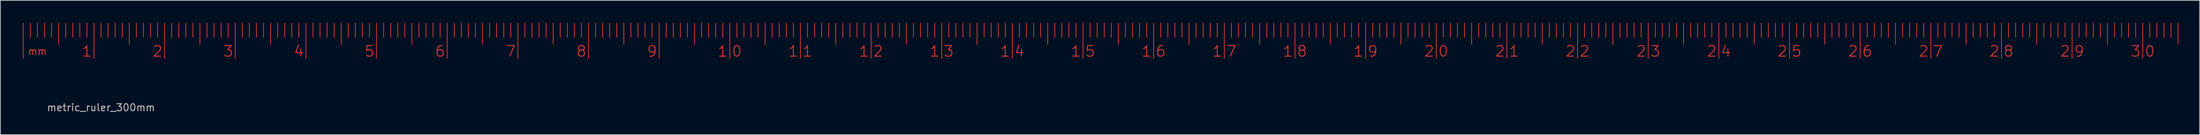
<source format=kicad_pcb>
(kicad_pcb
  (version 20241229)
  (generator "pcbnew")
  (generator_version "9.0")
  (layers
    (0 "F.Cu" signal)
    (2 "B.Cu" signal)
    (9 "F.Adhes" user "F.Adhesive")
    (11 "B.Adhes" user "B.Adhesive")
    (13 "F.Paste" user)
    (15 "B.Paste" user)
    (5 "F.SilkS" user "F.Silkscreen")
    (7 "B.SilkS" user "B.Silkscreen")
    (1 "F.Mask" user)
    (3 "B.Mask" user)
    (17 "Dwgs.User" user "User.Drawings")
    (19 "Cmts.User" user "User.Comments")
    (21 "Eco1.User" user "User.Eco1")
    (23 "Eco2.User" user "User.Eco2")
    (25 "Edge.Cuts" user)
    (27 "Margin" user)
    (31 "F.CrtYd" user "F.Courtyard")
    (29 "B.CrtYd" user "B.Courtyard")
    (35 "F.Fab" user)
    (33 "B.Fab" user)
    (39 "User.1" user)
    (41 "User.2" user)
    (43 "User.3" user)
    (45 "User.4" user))
  (footprint "metric_ruler_300mm"
    (layer "F.Cu")
    (at 0.25 0.25)
    (property "Reference" "metric_ruler_300mm" (at 11 12 0) (layer "F.Fab") (effects (font (size 1 1) (thickness 0.15))))
    (attr through_hole)
    (fp_line (start 0 0) (end 0 5) (stroke (width 0.12) (type solid)) (layer "F.Cu"))
    (fp_line (start 1 0) (end 1 2) (stroke (width 0.12) (type solid)) (layer "F.Cu"))
    (fp_line (start 2 0) (end 2 2) (stroke (width 0.12) (type solid)) (layer "F.Cu"))
    (fp_line (start 3 0) (end 3 2) (stroke (width 0.12) (type solid)) (layer "F.Cu"))
    (fp_line (start 4 0) (end 4 2) (stroke (width 0.12) (type solid)) (layer "F.Cu"))
    (fp_line (start 5 0) (end 5 3) (stroke (width 0.12) (type solid)) (layer "F.Cu"))
    (fp_line (start 6 0) (end 6 2) (stroke (width 0.12) (type solid)) (layer "F.Cu"))
    (fp_line (start 7 0) (end 7 2) (stroke (width 0.12) (type solid)) (layer "F.Cu"))
    (fp_line (start 8 0) (end 8 2) (stroke (width 0.12) (type solid)) (layer "F.Cu"))
    (fp_line (start 9 0) (end 9 2) (stroke (width 0.12) (type solid)) (layer "F.Cu"))
    (fp_line (start 10 0) (end 10 5) (stroke (width 0.12) (type solid)) (layer "F.Cu"))
    (fp_line (start 11 0) (end 11 2) (stroke (width 0.12) (type solid)) (layer "F.Cu"))
    (fp_line (start 12 0) (end 12 2) (stroke (width 0.12) (type solid)) (layer "F.Cu"))
    (fp_line (start 13 0) (end 13 2) (stroke (width 0.12) (type solid)) (layer "F.Cu"))
    (fp_line (start 14 0) (end 14 2) (stroke (width 0.12) (type solid)) (layer "F.Cu"))
    (fp_line (start 15 0) (end 15 3) (stroke (width 0.12) (type solid)) (layer "F.Cu"))
    (fp_line (start 16 0) (end 16 2) (stroke (width 0.12) (type solid)) (layer "F.Cu"))
    (fp_line (start 17 0) (end 17 2) (stroke (width 0.12) (type solid)) (layer "F.Cu"))
    (fp_line (start 18 0) (end 18 2) (stroke (width 0.12) (type solid)) (layer "F.Cu"))
    (fp_line (start 19 0) (end 19 2) (stroke (width 0.12) (type solid)) (layer "F.Cu"))
    (fp_line (start 20 0) (end 20 5) (stroke (width 0.12) (type solid)) (layer "F.Cu"))
    (fp_line (start 21 0) (end 21 2) (stroke (width 0.12) (type solid)) (layer "F.Cu"))
    (fp_line (start 22 0) (end 22 2) (stroke (width 0.12) (type solid)) (layer "F.Cu"))
    (fp_line (start 23 0) (end 23 2) (stroke (width 0.12) (type solid)) (layer "F.Cu"))
    (fp_line (start 24 0) (end 24 2) (stroke (width 0.12) (type solid)) (layer "F.Cu"))
    (fp_line (start 25 0) (end 25 3) (stroke (width 0.12) (type solid)) (layer "F.Cu"))
    (fp_line (start 26 0) (end 26 2) (stroke (width 0.12) (type solid)) (layer "F.Cu"))
    (fp_line (start 27 0) (end 27 2) (stroke (width 0.12) (type solid)) (layer "F.Cu"))
    (fp_line (start 28 0) (end 28 2) (stroke (width 0.12) (type solid)) (layer "F.Cu"))
    (fp_line (start 29 0) (end 29 2) (stroke (width 0.12) (type solid)) (layer "F.Cu"))
    (fp_line (start 30 0) (end 30 5) (stroke (width 0.12) (type solid)) (layer "F.Cu"))
    (fp_line (start 31 0) (end 31 2) (stroke (width 0.12) (type solid)) (layer "F.Cu"))
    (fp_line (start 32 0) (end 32 2) (stroke (width 0.12) (type solid)) (layer "F.Cu"))
    (fp_line (start 33 0) (end 33 2) (stroke (width 0.12) (type solid)) (layer "F.Cu"))
    (fp_line (start 34 0) (end 34 2) (stroke (width 0.12) (type solid)) (layer "F.Cu"))
    (fp_line (start 35 0) (end 35 3) (stroke (width 0.12) (type solid)) (layer "F.Cu"))
    (fp_line (start 36 0) (end 36 2) (stroke (width 0.12) (type solid)) (layer "F.Cu"))
    (fp_line (start 37 0) (end 37 2) (stroke (width 0.12) (type solid)) (layer "F.Cu"))
    (fp_line (start 38 0) (end 38 2) (stroke (width 0.12) (type solid)) (layer "F.Cu"))
    (fp_line (start 39 0) (end 39 2) (stroke (width 0.12) (type solid)) (layer "F.Cu"))
    (fp_line (start 40 0) (end 40 5) (stroke (width 0.12) (type solid)) (layer "F.Cu"))
    (fp_line (start 41 0) (end 41 2) (stroke (width 0.12) (type solid)) (layer "F.Cu"))
    (fp_line (start 42 0) (end 42 2) (stroke (width 0.12) (type solid)) (layer "F.Cu"))
    (fp_line (start 43 0) (end 43 2) (stroke (width 0.12) (type solid)) (layer "F.Cu"))
    (fp_line (start 44 0) (end 44 2) (stroke (width 0.12) (type solid)) (layer "F.Cu"))
    (fp_line (start 45 0) (end 45 3) (stroke (width 0.12) (type solid)) (layer "F.Cu"))
    (fp_line (start 46 0) (end 46 2) (stroke (width 0.12) (type solid)) (layer "F.Cu"))
    (fp_line (start 47 0) (end 47 2) (stroke (width 0.12) (type solid)) (layer "F.Cu"))
    (fp_line (start 48 0) (end 48 2) (stroke (width 0.12) (type solid)) (layer "F.Cu"))
    (fp_line (start 49 0) (end 49 2) (stroke (width 0.12) (type solid)) (layer "F.Cu"))
    (fp_line (start 50 0) (end 50 5) (stroke (width 0.12) (type solid)) (layer "F.Cu"))
    (fp_line (start 51 0) (end 51 2) (stroke (width 0.12) (type solid)) (layer "F.Cu"))
    (fp_line (start 52 0) (end 52 2) (stroke (width 0.12) (type solid)) (layer "F.Cu"))
    (fp_line (start 53 0) (end 53 2) (stroke (width 0.12) (type solid)) (layer "F.Cu"))
    (fp_line (start 54 0) (end 54 2) (stroke (width 0.12) (type solid)) (layer "F.Cu"))
    (fp_line (start 55 0) (end 55 3) (stroke (width 0.12) (type solid)) (layer "F.Cu"))
    (fp_line (start 56 0) (end 56 2) (stroke (width 0.12) (type solid)) (layer "F.Cu"))
    (fp_line (start 57 0) (end 57 2) (stroke (width 0.12) (type solid)) (layer "F.Cu"))
    (fp_line (start 58 0) (end 58 2) (stroke (width 0.12) (type solid)) (layer "F.Cu"))
    (fp_line (start 59 0) (end 59 2) (stroke (width 0.12) (type solid)) (layer "F.Cu"))
    (fp_line (start 60 0) (end 60 5) (stroke (width 0.12) (type solid)) (layer "F.Cu"))
    (fp_line (start 61 0) (end 61 2) (stroke (width 0.12) (type solid)) (layer "F.Cu"))
    (fp_line (start 62 0) (end 62 2) (stroke (width 0.12) (type solid)) (layer "F.Cu"))
    (fp_line (start 63 0) (end 63 2) (stroke (width 0.12) (type solid)) (layer "F.Cu"))
    (fp_line (start 64 0) (end 64 2) (stroke (width 0.12) (type solid)) (layer "F.Cu"))
    (fp_line (start 65 0) (end 65 3) (stroke (width 0.12) (type solid)) (layer "F.Cu"))
    (fp_line (start 66 0) (end 66 2) (stroke (width 0.12) (type solid)) (layer "F.Cu"))
    (fp_line (start 67 0) (end 67 2) (stroke (width 0.12) (type solid)) (layer "F.Cu"))
    (fp_line (start 68 0) (end 68 2) (stroke (width 0.12) (type solid)) (layer "F.Cu"))
    (fp_line (start 69 0) (end 69 2) (stroke (width 0.12) (type solid)) (layer "F.Cu"))
    (fp_line (start 70 0) (end 70 5) (stroke (width 0.12) (type solid)) (layer "F.Cu"))
    (fp_line (start 71 0) (end 71 2) (stroke (width 0.12) (type solid)) (layer "F.Cu"))
    (fp_line (start 72 0) (end 72 2) (stroke (width 0.12) (type solid)) (layer "F.Cu"))
    (fp_line (start 73 0) (end 73 2) (stroke (width 0.12) (type solid)) (layer "F.Cu"))
    (fp_line (start 74 0) (end 74 2) (stroke (width 0.12) (type solid)) (layer "F.Cu"))
    (fp_line (start 75 0) (end 75 3) (stroke (width 0.12) (type solid)) (layer "F.Cu"))
    (fp_line (start 76 0) (end 76 2) (stroke (width 0.12) (type solid)) (layer "F.Cu"))
    (fp_line (start 77 0) (end 77 2) (stroke (width 0.12) (type solid)) (layer "F.Cu"))
    (fp_line (start 78 0) (end 78 2) (stroke (width 0.12) (type solid)) (layer "F.Cu"))
    (fp_line (start 79 0) (end 79 2) (stroke (width 0.12) (type solid)) (layer "F.Cu"))
    (fp_line (start 80 0) (end 80 5) (stroke (width 0.12) (type solid)) (layer "F.Cu"))
    (fp_line (start 81 0) (end 81 2) (stroke (width 0.12) (type solid)) (layer "F.Cu"))
    (fp_line (start 82 0) (end 82 2) (stroke (width 0.12) (type solid)) (layer "F.Cu"))
    (fp_line (start 83 0) (end 83 2) (stroke (width 0.12) (type solid)) (layer "F.Cu"))
    (fp_line (start 84 0) (end 84 2) (stroke (width 0.12) (type solid)) (layer "F.Cu"))
    (fp_line (start 85 0) (end 85 3) (stroke (width 0.12) (type solid)) (layer "F.Cu"))
    (fp_line (start 86 0) (end 86 2) (stroke (width 0.12) (type solid)) (layer "F.Cu"))
    (fp_line (start 87 0) (end 87 2) (stroke (width 0.12) (type solid)) (layer "F.Cu"))
    (fp_line (start 88 0) (end 88 2) (stroke (width 0.12) (type solid)) (layer "F.Cu"))
    (fp_line (start 89 0) (end 89 2) (stroke (width 0.12) (type solid)) (layer "F.Cu"))
    (fp_line (start 90 0) (end 90 5) (stroke (width 0.12) (type solid)) (layer "F.Cu"))
    (fp_line (start 91 0) (end 91 2) (stroke (width 0.12) (type solid)) (layer "F.Cu"))
    (fp_line (start 92 0) (end 92 2) (stroke (width 0.12) (type solid)) (layer "F.Cu"))
    (fp_line (start 93 0) (end 93 2) (stroke (width 0.12) (type solid)) (layer "F.Cu"))
    (fp_line (start 94 0) (end 94 2) (stroke (width 0.12) (type solid)) (layer "F.Cu"))
    (fp_line (start 95 0) (end 95 3) (stroke (width 0.12) (type solid)) (layer "F.Cu"))
    (fp_line (start 96 0) (end 96 2) (stroke (width 0.12) (type solid)) (layer "F.Cu"))
    (fp_line (start 97 0) (end 97 2) (stroke (width 0.12) (type solid)) (layer "F.Cu"))
    (fp_line (start 98 0) (end 98 2) (stroke (width 0.12) (type solid)) (layer "F.Cu"))
    (fp_line (start 99 0) (end 99 2) (stroke (width 0.12) (type solid)) (layer "F.Cu"))
    (fp_line (start 100 0) (end 100 5) (stroke (width 0.12) (type solid)) (layer "F.Cu"))
    (fp_line (start 101 0) (end 101 2) (stroke (width 0.12) (type solid)) (layer "F.Cu"))
    (fp_line (start 102 0) (end 102 2) (stroke (width 0.12) (type solid)) (layer "F.Cu"))
    (fp_line (start 103 0) (end 103 2) (stroke (width 0.12) (type solid)) (layer "F.Cu"))
    (fp_line (start 104 0) (end 104 2) (stroke (width 0.12) (type solid)) (layer "F.Cu"))
    (fp_line (start 105 0) (end 105 3) (stroke (width 0.12) (type solid)) (layer "F.Cu"))
    (fp_line (start 106 0) (end 106 2) (stroke (width 0.12) (type solid)) (layer "F.Cu"))
    (fp_line (start 107 0) (end 107 2) (stroke (width 0.12) (type solid)) (layer "F.Cu"))
    (fp_line (start 108 0) (end 108 2) (stroke (width 0.12) (type solid)) (layer "F.Cu"))
    (fp_line (start 109 0) (end 109 2) (stroke (width 0.12) (type solid)) (layer "F.Cu"))
    (fp_line (start 110 0) (end 110 5) (stroke (width 0.12) (type solid)) (layer "F.Cu"))
    (fp_line (start 111 0) (end 111 2) (stroke (width 0.12) (type solid)) (layer "F.Cu"))
    (fp_line (start 112 0) (end 112 2) (stroke (width 0.12) (type solid)) (layer "F.Cu"))
    (fp_line (start 113 0) (end 113 2) (stroke (width 0.12) (type solid)) (layer "F.Cu"))
    (fp_line (start 114 0) (end 114 2) (stroke (width 0.12) (type solid)) (layer "F.Cu"))
    (fp_line (start 115 0) (end 115 3) (stroke (width 0.12) (type solid)) (layer "F.Cu"))
    (fp_line (start 116 0) (end 116 2) (stroke (width 0.12) (type solid)) (layer "F.Cu"))
    (fp_line (start 117 0) (end 117 2) (stroke (width 0.12) (type solid)) (layer "F.Cu"))
    (fp_line (start 118 0) (end 118 2) (stroke (width 0.12) (type solid)) (layer "F.Cu"))
    (fp_line (start 119 0) (end 119 2) (stroke (width 0.12) (type solid)) (layer "F.Cu"))
    (fp_line (start 120 0) (end 120 5) (stroke (width 0.12) (type solid)) (layer "F.Cu"))
    (fp_line (start 121 0) (end 121 2) (stroke (width 0.12) (type solid)) (layer "F.Cu"))
    (fp_line (start 122 0) (end 122 2) (stroke (width 0.12) (type solid)) (layer "F.Cu"))
    (fp_line (start 123 0) (end 123 2) (stroke (width 0.12) (type solid)) (layer "F.Cu"))
    (fp_line (start 124 0) (end 124 2) (stroke (width 0.12) (type solid)) (layer "F.Cu"))
    (fp_line (start 125 0) (end 125 3) (stroke (width 0.12) (type solid)) (layer "F.Cu"))
    (fp_line (start 126 0) (end 126 2) (stroke (width 0.12) (type solid)) (layer "F.Cu"))
    (fp_line (start 127 0) (end 127 2) (stroke (width 0.12) (type solid)) (layer "F.Cu"))
    (fp_line (start 128 0) (end 128 2) (stroke (width 0.12) (type solid)) (layer "F.Cu"))
    (fp_line (start 129 0) (end 129 2) (stroke (width 0.12) (type solid)) (layer "F.Cu"))
    (fp_line (start 130 0) (end 130 5) (stroke (width 0.12) (type solid)) (layer "F.Cu"))
    (fp_line (start 131 0) (end 131 2) (stroke (width 0.12) (type solid)) (layer "F.Cu"))
    (fp_line (start 132 0) (end 132 2) (stroke (width 0.12) (type solid)) (layer "F.Cu"))
    (fp_line (start 133 0) (end 133 2) (stroke (width 0.12) (type solid)) (layer "F.Cu"))
    (fp_line (start 134 0) (end 134 2) (stroke (width 0.12) (type solid)) (layer "F.Cu"))
    (fp_line (start 135 0) (end 135 3) (stroke (width 0.12) (type solid)) (layer "F.Cu"))
    (fp_line (start 136 0) (end 136 2) (stroke (width 0.12) (type solid)) (layer "F.Cu"))
    (fp_line (start 137 0) (end 137 2) (stroke (width 0.12) (type solid)) (layer "F.Cu"))
    (fp_line (start 138 0) (end 138 2) (stroke (width 0.12) (type solid)) (layer "F.Cu"))
    (fp_line (start 139 0) (end 139 2) (stroke (width 0.12) (type solid)) (layer "F.Cu"))
    (fp_line (start 140 0) (end 140 5) (stroke (width 0.12) (type solid)) (layer "F.Cu"))
    (fp_line (start 141 0) (end 141 2) (stroke (width 0.12) (type solid)) (layer "F.Cu"))
    (fp_line (start 142 0) (end 142 2) (stroke (width 0.12) (type solid)) (layer "F.Cu"))
    (fp_line (start 143 0) (end 143 2) (stroke (width 0.12) (type solid)) (layer "F.Cu"))
    (fp_line (start 144 0) (end 144 2) (stroke (width 0.12) (type solid)) (layer "F.Cu"))
    (fp_line (start 145 0) (end 145 3) (stroke (width 0.12) (type solid)) (layer "F.Cu"))
    (fp_line (start 146 0) (end 146 2) (stroke (width 0.12) (type solid)) (layer "F.Cu"))
    (fp_line (start 147 0) (end 147 2) (stroke (width 0.12) (type solid)) (layer "F.Cu"))
    (fp_line (start 148 0) (end 148 2) (stroke (width 0.12) (type solid)) (layer "F.Cu"))
    (fp_line (start 149 0) (end 149 2) (stroke (width 0.12) (type solid)) (layer "F.Cu"))
    (fp_line (start 150 0) (end 150 5) (stroke (width 0.12) (type solid)) (layer "F.Cu"))
    (fp_line (start 151 0) (end 151 2) (stroke (width 0.12) (type solid)) (layer "F.Cu"))
    (fp_line (start 152 0) (end 152 2) (stroke (width 0.12) (type solid)) (layer "F.Cu"))
    (fp_line (start 153 0) (end 153 2) (stroke (width 0.12) (type solid)) (layer "F.Cu"))
    (fp_line (start 154 0) (end 154 2) (stroke (width 0.12) (type solid)) (layer "F.Cu"))
    (fp_line (start 155 0) (end 155 3) (stroke (width 0.12) (type solid)) (layer "F.Cu"))
    (fp_line (start 156 0) (end 156 2) (stroke (width 0.12) (type solid)) (layer "F.Cu"))
    (fp_line (start 157 0) (end 157 2) (stroke (width 0.12) (type solid)) (layer "F.Cu"))
    (fp_line (start 158 0) (end 158 2) (stroke (width 0.12) (type solid)) (layer "F.Cu"))
    (fp_line (start 159 0) (end 159 2) (stroke (width 0.12) (type solid)) (layer "F.Cu"))
    (fp_line (start 160 0) (end 160 5) (stroke (width 0.12) (type solid)) (layer "F.Cu"))
    (fp_line (start 161 0) (end 161 2) (stroke (width 0.12) (type solid)) (layer "F.Cu"))
    (fp_line (start 162 0) (end 162 2) (stroke (width 0.12) (type solid)) (layer "F.Cu"))
    (fp_line (start 163 0) (end 163 2) (stroke (width 0.12) (type solid)) (layer "F.Cu"))
    (fp_line (start 164 0) (end 164 2) (stroke (width 0.12) (type solid)) (layer "F.Cu"))
    (fp_line (start 165 0) (end 165 3) (stroke (width 0.12) (type solid)) (layer "F.Cu"))
    (fp_line (start 166 0) (end 166 2) (stroke (width 0.12) (type solid)) (layer "F.Cu"))
    (fp_line (start 167 0) (end 167 2) (stroke (width 0.12) (type solid)) (layer "F.Cu"))
    (fp_line (start 168 0) (end 168 2) (stroke (width 0.12) (type solid)) (layer "F.Cu"))
    (fp_line (start 169 0) (end 169 2) (stroke (width 0.12) (type solid)) (layer "F.Cu"))
    (fp_line (start 170 0) (end 170 5) (stroke (width 0.12) (type solid)) (layer "F.Cu"))
    (fp_line (start 171 0) (end 171 2) (stroke (width 0.12) (type solid)) (layer "F.Cu"))
    (fp_line (start 172 0) (end 172 2) (stroke (width 0.12) (type solid)) (layer "F.Cu"))
    (fp_line (start 173 0) (end 173 2) (stroke (width 0.12) (type solid)) (layer "F.Cu"))
    (fp_line (start 174 0) (end 174 2) (stroke (width 0.12) (type solid)) (layer "F.Cu"))
    (fp_line (start 175 0) (end 175 3) (stroke (width 0.12) (type solid)) (layer "F.Cu"))
    (fp_line (start 176 0) (end 176 2) (stroke (width 0.12) (type solid)) (layer "F.Cu"))
    (fp_line (start 177 0) (end 177 2) (stroke (width 0.12) (type solid)) (layer "F.Cu"))
    (fp_line (start 178 0) (end 178 2) (stroke (width 0.12) (type solid)) (layer "F.Cu"))
    (fp_line (start 179 0) (end 179 2) (stroke (width 0.12) (type solid)) (layer "F.Cu"))
    (fp_line (start 180 0) (end 180 5) (stroke (width 0.12) (type solid)) (layer "F.Cu"))
    (fp_line (start 181 0) (end 181 2) (stroke (width 0.12) (type solid)) (layer "F.Cu"))
    (fp_line (start 182 0) (end 182 2) (stroke (width 0.12) (type solid)) (layer "F.Cu"))
    (fp_line (start 183 0) (end 183 2) (stroke (width 0.12) (type solid)) (layer "F.Cu"))
    (fp_line (start 184 0) (end 184 2) (stroke (width 0.12) (type solid)) (layer "F.Cu"))
    (fp_line (start 185 0) (end 185 3) (stroke (width 0.12) (type solid)) (layer "F.Cu"))
    (fp_line (start 186 0) (end 186 2) (stroke (width 0.12) (type solid)) (layer "F.Cu"))
    (fp_line (start 187 0) (end 187 2) (stroke (width 0.12) (type solid)) (layer "F.Cu"))
    (fp_line (start 188 0) (end 188 2) (stroke (width 0.12) (type solid)) (layer "F.Cu"))
    (fp_line (start 189 0) (end 189 2) (stroke (width 0.12) (type solid)) (layer "F.Cu"))
    (fp_line (start 190 0) (end 190 5) (stroke (width 0.12) (type solid)) (layer "F.Cu"))
    (fp_line (start 191 0) (end 191 2) (stroke (width 0.12) (type solid)) (layer "F.Cu"))
    (fp_line (start 192 0) (end 192 2) (stroke (width 0.12) (type solid)) (layer "F.Cu"))
    (fp_line (start 193 0) (end 193 2) (stroke (width 0.12) (type solid)) (layer "F.Cu"))
    (fp_line (start 194 0) (end 194 2) (stroke (width 0.12) (type solid)) (layer "F.Cu"))
    (fp_line (start 195 0) (end 195 3) (stroke (width 0.12) (type solid)) (layer "F.Cu"))
    (fp_line (start 196 0) (end 196 2) (stroke (width 0.12) (type solid)) (layer "F.Cu"))
    (fp_line (start 197 0) (end 197 2) (stroke (width 0.12) (type solid)) (layer "F.Cu"))
    (fp_line (start 198 0) (end 198 2) (stroke (width 0.12) (type solid)) (layer "F.Cu"))
    (fp_line (start 199 0) (end 199 2) (stroke (width 0.12) (type solid)) (layer "F.Cu"))
    (fp_line (start 200 0) (end 200 5) (stroke (width 0.12) (type solid)) (layer "F.Cu"))
    (fp_line (start 201 0) (end 201 2) (stroke (width 0.12) (type solid)) (layer "F.Cu"))
    (fp_line (start 202 0) (end 202 2) (stroke (width 0.12) (type solid)) (layer "F.Cu"))
    (fp_line (start 203 0) (end 203 2) (stroke (width 0.12) (type solid)) (layer "F.Cu"))
    (fp_line (start 204 0) (end 204 2) (stroke (width 0.12) (type solid)) (layer "F.Cu"))
    (fp_line (start 205 0) (end 205 3) (stroke (width 0.12) (type solid)) (layer "F.Cu"))
    (fp_line (start 206 0) (end 206 2) (stroke (width 0.12) (type solid)) (layer "F.Cu"))
    (fp_line (start 207 0) (end 207 2) (stroke (width 0.12) (type solid)) (layer "F.Cu"))
    (fp_line (start 208 0) (end 208 2) (stroke (width 0.12) (type solid)) (layer "F.Cu"))
    (fp_line (start 209 0) (end 209 2) (stroke (width 0.12) (type solid)) (layer "F.Cu"))
    (fp_line (start 210 0) (end 210 5) (stroke (width 0.12) (type solid)) (layer "F.Cu"))
    (fp_line (start 211 0) (end 211 2) (stroke (width 0.12) (type solid)) (layer "F.Cu"))
    (fp_line (start 212 0) (end 212 2) (stroke (width 0.12) (type solid)) (layer "F.Cu"))
    (fp_line (start 213 0) (end 213 2) (stroke (width 0.12) (type solid)) (layer "F.Cu"))
    (fp_line (start 214 0) (end 214 2) (stroke (width 0.12) (type solid)) (layer "F.Cu"))
    (fp_line (start 215 0) (end 215 3) (stroke (width 0.12) (type solid)) (layer "F.Cu"))
    (fp_line (start 216 0) (end 216 2) (stroke (width 0.12) (type solid)) (layer "F.Cu"))
    (fp_line (start 217 0) (end 217 2) (stroke (width 0.12) (type solid)) (layer "F.Cu"))
    (fp_line (start 218 0) (end 218 2) (stroke (width 0.12) (type solid)) (layer "F.Cu"))
    (fp_line (start 219 0) (end 219 2) (stroke (width 0.12) (type solid)) (layer "F.Cu"))
    (fp_line (start 220 0) (end 220 5) (stroke (width 0.12) (type solid)) (layer "F.Cu"))
    (fp_line (start 221 0) (end 221 2) (stroke (width 0.12) (type solid)) (layer "F.Cu"))
    (fp_line (start 222 0) (end 222 2) (stroke (width 0.12) (type solid)) (layer "F.Cu"))
    (fp_line (start 223 0) (end 223 2) (stroke (width 0.12) (type solid)) (layer "F.Cu"))
    (fp_line (start 224 0) (end 224 2) (stroke (width 0.12) (type solid)) (layer "F.Cu"))
    (fp_line (start 225 0) (end 225 3) (stroke (width 0.12) (type solid)) (layer "F.Cu"))
    (fp_line (start 226 0) (end 226 2) (stroke (width 0.12) (type solid)) (layer "F.Cu"))
    (fp_line (start 227 0) (end 227 2) (stroke (width 0.12) (type solid)) (layer "F.Cu"))
    (fp_line (start 228 0) (end 228 2) (stroke (width 0.12) (type solid)) (layer "F.Cu"))
    (fp_line (start 229 0) (end 229 2) (stroke (width 0.12) (type solid)) (layer "F.Cu"))
    (fp_line (start 230 0) (end 230 5) (stroke (width 0.12) (type solid)) (layer "F.Cu"))
    (fp_line (start 231 0) (end 231 2) (stroke (width 0.12) (type solid)) (layer "F.Cu"))
    (fp_line (start 232 0) (end 232 2) (stroke (width 0.12) (type solid)) (layer "F.Cu"))
    (fp_line (start 233 0) (end 233 2) (stroke (width 0.12) (type solid)) (layer "F.Cu"))
    (fp_line (start 234 0) (end 234 2) (stroke (width 0.12) (type solid)) (layer "F.Cu"))
    (fp_line (start 235 0) (end 235 3) (stroke (width 0.12) (type solid)) (layer "F.Cu"))
    (fp_line (start 236 0) (end 236 2) (stroke (width 0.12) (type solid)) (layer "F.Cu"))
    (fp_line (start 237 0) (end 237 2) (stroke (width 0.12) (type solid)) (layer "F.Cu"))
    (fp_line (start 238 0) (end 238 2) (stroke (width 0.12) (type solid)) (layer "F.Cu"))
    (fp_line (start 239 0) (end 239 2) (stroke (width 0.12) (type solid)) (layer "F.Cu"))
    (fp_line (start 240 0) (end 240 5) (stroke (width 0.12) (type solid)) (layer "F.Cu"))
    (fp_line (start 241 0) (end 241 2) (stroke (width 0.12) (type solid)) (layer "F.Cu"))
    (fp_line (start 242 0) (end 242 2) (stroke (width 0.12) (type solid)) (layer "F.Cu"))
    (fp_line (start 243 0) (end 243 2) (stroke (width 0.12) (type solid)) (layer "F.Cu"))
    (fp_line (start 244 0) (end 244 2) (stroke (width 0.12) (type solid)) (layer "F.Cu"))
    (fp_line (start 245 0) (end 245 3) (stroke (width 0.12) (type solid)) (layer "F.Cu"))
    (fp_line (start 246 0) (end 246 2) (stroke (width 0.12) (type solid)) (layer "F.Cu"))
    (fp_line (start 247 0) (end 247 2) (stroke (width 0.12) (type solid)) (layer "F.Cu"))
    (fp_line (start 248 0) (end 248 2) (stroke (width 0.12) (type solid)) (layer "F.Cu"))
    (fp_line (start 249 0) (end 249 2) (stroke (width 0.12) (type solid)) (layer "F.Cu"))
    (fp_line (start 250 0) (end 250 5) (stroke (width 0.12) (type solid)) (layer "F.Cu"))
    (fp_line (start 251 0) (end 251 2) (stroke (width 0.12) (type solid)) (layer "F.Cu"))
    (fp_line (start 252 0) (end 252 2) (stroke (width 0.12) (type solid)) (layer "F.Cu"))
    (fp_line (start 253 0) (end 253 2) (stroke (width 0.12) (type solid)) (layer "F.Cu"))
    (fp_line (start 254 0) (end 254 2) (stroke (width 0.12) (type solid)) (layer "F.Cu"))
    (fp_line (start 255 0) (end 255 3) (stroke (width 0.12) (type solid)) (layer "F.Cu"))
    (fp_line (start 256 0) (end 256 2) (stroke (width 0.12) (type solid)) (layer "F.Cu"))
    (fp_line (start 257 0) (end 257 2) (stroke (width 0.12) (type solid)) (layer "F.Cu"))
    (fp_line (start 258 0) (end 258 2) (stroke (width 0.12) (type solid)) (layer "F.Cu"))
    (fp_line (start 259 0) (end 259 2) (stroke (width 0.12) (type solid)) (layer "F.Cu"))
    (fp_line (start 260 0) (end 260 5) (stroke (width 0.12) (type solid)) (layer "F.Cu"))
    (fp_line (start 261 0) (end 261 2) (stroke (width 0.12) (type solid)) (layer "F.Cu"))
    (fp_line (start 262 0) (end 262 2) (stroke (width 0.12) (type solid)) (layer "F.Cu"))
    (fp_line (start 263 0) (end 263 2) (stroke (width 0.12) (type solid)) (layer "F.Cu"))
    (fp_line (start 264 0) (end 264 2) (stroke (width 0.12) (type solid)) (layer "F.Cu"))
    (fp_line (start 265 0) (end 265 3) (stroke (width 0.12) (type solid)) (layer "F.Cu"))
    (fp_line (start 266 0) (end 266 2) (stroke (width 0.12) (type solid)) (layer "F.Cu"))
    (fp_line (start 267 0) (end 267 2) (stroke (width 0.12) (type solid)) (layer "F.Cu"))
    (fp_line (start 268 0) (end 268 2) (stroke (width 0.12) (type solid)) (layer "F.Cu"))
    (fp_line (start 269 0) (end 269 2) (stroke (width 0.12) (type solid)) (layer "F.Cu"))
    (fp_line (start 270 0) (end 270 5) (stroke (width 0.12) (type solid)) (layer "F.Cu"))
    (fp_line (start 271 0) (end 271 2) (stroke (width 0.12) (type solid)) (layer "F.Cu"))
    (fp_line (start 272 0) (end 272 2) (stroke (width 0.12) (type solid)) (layer "F.Cu"))
    (fp_line (start 273 0) (end 273 2) (stroke (width 0.12) (type solid)) (layer "F.Cu"))
    (fp_line (start 274 0) (end 274 2) (stroke (width 0.12) (type solid)) (layer "F.Cu"))
    (fp_line (start 275 0) (end 275 3) (stroke (width 0.12) (type solid)) (layer "F.Cu"))
    (fp_line (start 276 0) (end 276 2) (stroke (width 0.12) (type solid)) (layer "F.Cu"))
    (fp_line (start 277 0) (end 277 2) (stroke (width 0.12) (type solid)) (layer "F.Cu"))
    (fp_line (start 278 0) (end 278 2) (stroke (width 0.12) (type solid)) (layer "F.Cu"))
    (fp_line (start 279 0) (end 279 2) (stroke (width 0.12) (type solid)) (layer "F.Cu"))
    (fp_line (start 280 0) (end 280 5) (stroke (width 0.12) (type solid)) (layer "F.Cu"))
    (fp_line (start 281 0) (end 281 2) (stroke (width 0.12) (type solid)) (layer "F.Cu"))
    (fp_line (start 282 0) (end 282 2) (stroke (width 0.12) (type solid)) (layer "F.Cu"))
    (fp_line (start 283 0) (end 283 2) (stroke (width 0.12) (type solid)) (layer "F.Cu"))
    (fp_line (start 284 0) (end 284 2) (stroke (width 0.12) (type solid)) (layer "F.Cu"))
    (fp_line (start 285 0) (end 285 3) (stroke (width 0.12) (type solid)) (layer "F.Cu"))
    (fp_line (start 286 0) (end 286 2) (stroke (width 0.12) (type solid)) (layer "F.Cu"))
    (fp_line (start 287 0) (end 287 2) (stroke (width 0.12) (type solid)) (layer "F.Cu"))
    (fp_line (start 288 0) (end 288 2) (stroke (width 0.12) (type solid)) (layer "F.Cu"))
    (fp_line (start 289 0) (end 289 2) (stroke (width 0.12) (type solid)) (layer "F.Cu"))
    (fp_line (start 290 0) (end 290 5) (stroke (width 0.12) (type solid)) (layer "F.Cu"))
    (fp_line (start 291 0) (end 291 2) (stroke (width 0.12) (type solid)) (layer "F.Cu"))
    (fp_line (start 292 0) (end 292 2) (stroke (width 0.12) (type solid)) (layer "F.Cu"))
    (fp_line (start 293 0) (end 293 2) (stroke (width 0.12) (type solid)) (layer "F.Cu"))
    (fp_line (start 294 0) (end 294 2) (stroke (width 0.12) (type solid)) (layer "F.Cu"))
    (fp_line (start 295 0) (end 295 3) (stroke (width 0.12) (type solid)) (layer "F.Cu"))
    (fp_line (start 296 0) (end 296 2) (stroke (width 0.12) (type solid)) (layer "F.Cu"))
    (fp_line (start 297 0) (end 297 2) (stroke (width 0.12) (type solid)) (layer "F.Cu"))
    (fp_line (start 298 0) (end 298 2) (stroke (width 0.12) (type solid)) (layer "F.Cu"))
    (fp_line (start 299 0) (end 299 2) (stroke (width 0.12) (type solid)) (layer "F.Cu"))
    (fp_line (start 300 0) (end 300 5) (stroke (width 0.12) (type solid)) (layer "F.Cu"))
    (fp_line (start 301 0) (end 301 2) (stroke (width 0.12) (type solid)) (layer "F.Cu"))
    (fp_line (start 302 0) (end 302 2) (stroke (width 0.12) (type solid)) (layer "F.Cu"))
    (fp_line (start 303 0) (end 303 2) (stroke (width 0.12) (type solid)) (layer "F.Cu"))
    (fp_line (start 304 0) (end 304 2) (stroke (width 0.12) (type solid)) (layer "F.Cu"))
    (fp_line (start 305 0) (end 305 3) (stroke (width 0.12) (type solid)) (layer "F.Cu"))
    (fp_line (start 0 0) (end 0 5) (stroke (width 0.12) (type solid)) (layer "F.Mask"))
    (fp_line (start 1 0) (end 1 2) (stroke (width 0.12) (type solid)) (layer "F.Mask"))
    (fp_line (start 2 0) (end 2 2) (stroke (width 0.12) (type solid)) (layer "F.Mask"))
    (fp_line (start 3 0) (end 3 2) (stroke (width 0.12) (type solid)) (layer "F.Mask"))
    (fp_line (start 4 0) (end 4 2) (stroke (width 0.12) (type solid)) (layer "F.Mask"))
    (fp_line (start 5 0) (end 5 3) (stroke (width 0.12) (type solid)) (layer "F.Mask"))
    (fp_line (start 6 0) (end 6 2) (stroke (width 0.12) (type solid)) (layer "F.Mask"))
    (fp_line (start 7 0) (end 7 2) (stroke (width 0.12) (type solid)) (layer "F.Mask"))
    (fp_line (start 8 0) (end 8 2) (stroke (width 0.12) (type solid)) (layer "F.Mask"))
    (fp_line (start 9 0) (end 9 2) (stroke (width 0.12) (type solid)) (layer "F.Mask"))
    (fp_line (start 10 0) (end 10 5) (stroke (width 0.12) (type solid)) (layer "F.Mask"))
    (fp_line (start 11 0) (end 11 2) (stroke (width 0.12) (type solid)) (layer "F.Mask"))
    (fp_line (start 12 0) (end 12 2) (stroke (width 0.12) (type solid)) (layer "F.Mask"))
    (fp_line (start 13 0) (end 13 2) (stroke (width 0.12) (type solid)) (layer "F.Mask"))
    (fp_line (start 14 0) (end 14 2) (stroke (width 0.12) (type solid)) (layer "F.Mask"))
    (fp_line (start 15 0) (end 15 3) (stroke (width 0.12) (type solid)) (layer "F.Mask"))
    (fp_line (start 16 0) (end 16 2) (stroke (width 0.12) (type solid)) (layer "F.Mask"))
    (fp_line (start 17 0) (end 17 2) (stroke (width 0.12) (type solid)) (layer "F.Mask"))
    (fp_line (start 18 0) (end 18 2) (stroke (width 0.12) (type solid)) (layer "F.Mask"))
    (fp_line (start 19 0) (end 19 2) (stroke (width 0.12) (type solid)) (layer "F.Mask"))
    (fp_line (start 20 0) (end 20 5) (stroke (width 0.12) (type solid)) (layer "F.Mask"))
    (fp_line (start 21 0) (end 21 2) (stroke (width 0.12) (type solid)) (layer "F.Mask"))
    (fp_line (start 22 0) (end 22 2) (stroke (width 0.12) (type solid)) (layer "F.Mask"))
    (fp_line (start 23 0) (end 23 2) (stroke (width 0.12) (type solid)) (layer "F.Mask"))
    (fp_line (start 24 0) (end 24 2) (stroke (width 0.12) (type solid)) (layer "F.Mask"))
    (fp_line (start 25 0) (end 25 3) (stroke (width 0.12) (type solid)) (layer "F.Mask"))
    (fp_line (start 26 0) (end 26 2) (stroke (width 0.12) (type solid)) (layer "F.Mask"))
    (fp_line (start 27 0) (end 27 2) (stroke (width 0.12) (type solid)) (layer "F.Mask"))
    (fp_line (start 28 0) (end 28 2) (stroke (width 0.12) (type solid)) (layer "F.Mask"))
    (fp_line (start 29 0) (end 29 2) (stroke (width 0.12) (type solid)) (layer "F.Mask"))
    (fp_line (start 30 0) (end 30 5) (stroke (width 0.12) (type solid)) (layer "F.Mask"))
    (fp_line (start 31 0) (end 31 2) (stroke (width 0.12) (type solid)) (layer "F.Mask"))
    (fp_line (start 32 0) (end 32 2) (stroke (width 0.12) (type solid)) (layer "F.Mask"))
    (fp_line (start 33 0) (end 33 2) (stroke (width 0.12) (type solid)) (layer "F.Mask"))
    (fp_line (start 34 0) (end 34 2) (stroke (width 0.12) (type solid)) (layer "F.Mask"))
    (fp_line (start 35 0) (end 35 3) (stroke (width 0.12) (type solid)) (layer "F.Mask"))
    (fp_line (start 36 0) (end 36 2) (stroke (width 0.12) (type solid)) (layer "F.Mask"))
    (fp_line (start 37 0) (end 37 2) (stroke (width 0.12) (type solid)) (layer "F.Mask"))
    (fp_line (start 38 0) (end 38 2) (stroke (width 0.12) (type solid)) (layer "F.Mask"))
    (fp_line (start 39 0) (end 39 2) (stroke (width 0.12) (type solid)) (layer "F.Mask"))
    (fp_line (start 40 0) (end 40 5) (stroke (width 0.12) (type solid)) (layer "F.Mask"))
    (fp_line (start 41 0) (end 41 2) (stroke (width 0.12) (type solid)) (layer "F.Mask"))
    (fp_line (start 42 0) (end 42 2) (stroke (width 0.12) (type solid)) (layer "F.Mask"))
    (fp_line (start 43 0) (end 43 2) (stroke (width 0.12) (type solid)) (layer "F.Mask"))
    (fp_line (start 44 0) (end 44 2) (stroke (width 0.12) (type solid)) (layer "F.Mask"))
    (fp_line (start 45 0) (end 45 3) (stroke (width 0.12) (type solid)) (layer "F.Mask"))
    (fp_line (start 46 0) (end 46 2) (stroke (width 0.12) (type solid)) (layer "F.Mask"))
    (fp_line (start 47 0) (end 47 2) (stroke (width 0.12) (type solid)) (layer "F.Mask"))
    (fp_line (start 48 0) (end 48 2) (stroke (width 0.12) (type solid)) (layer "F.Mask"))
    (fp_line (start 49 0) (end 49 2) (stroke (width 0.12) (type solid)) (layer "F.Mask"))
    (fp_line (start 50 0) (end 50 5) (stroke (width 0.12) (type solid)) (layer "F.Mask"))
    (fp_line (start 51 0) (end 51 2) (stroke (width 0.12) (type solid)) (layer "F.Mask"))
    (fp_line (start 52 0) (end 52 2) (stroke (width 0.12) (type solid)) (layer "F.Mask"))
    (fp_line (start 53 0) (end 53 2) (stroke (width 0.12) (type solid)) (layer "F.Mask"))
    (fp_line (start 54 0) (end 54 2) (stroke (width 0.12) (type solid)) (layer "F.Mask"))
    (fp_line (start 55 0) (end 55 3) (stroke (width 0.12) (type solid)) (layer "F.Mask"))
    (fp_line (start 56 0) (end 56 2) (stroke (width 0.12) (type solid)) (layer "F.Mask"))
    (fp_line (start 57 0) (end 57 2) (stroke (width 0.12) (type solid)) (layer "F.Mask"))
    (fp_line (start 58 0) (end 58 2) (stroke (width 0.12) (type solid)) (layer "F.Mask"))
    (fp_line (start 59 0) (end 59 2) (stroke (width 0.12) (type solid)) (layer "F.Mask"))
    (fp_line (start 60 0) (end 60 5) (stroke (width 0.12) (type solid)) (layer "F.Mask"))
    (fp_line (start 61 0) (end 61 2) (stroke (width 0.12) (type solid)) (layer "F.Mask"))
    (fp_line (start 62 0) (end 62 2) (stroke (width 0.12) (type solid)) (layer "F.Mask"))
    (fp_line (start 63 0) (end 63 2) (stroke (width 0.12) (type solid)) (layer "F.Mask"))
    (fp_line (start 64 0) (end 64 2) (stroke (width 0.12) (type solid)) (layer "F.Mask"))
    (fp_line (start 65 0) (end 65 3) (stroke (width 0.12) (type solid)) (layer "F.Mask"))
    (fp_line (start 66 0) (end 66 2) (stroke (width 0.12) (type solid)) (layer "F.Mask"))
    (fp_line (start 67 0) (end 67 2) (stroke (width 0.12) (type solid)) (layer "F.Mask"))
    (fp_line (start 68 0) (end 68 2) (stroke (width 0.12) (type solid)) (layer "F.Mask"))
    (fp_line (start 69 0) (end 69 2) (stroke (width 0.12) (type solid)) (layer "F.Mask"))
    (fp_line (start 70 0) (end 70 5) (stroke (width 0.12) (type solid)) (layer "F.Mask"))
    (fp_line (start 71 0) (end 71 2) (stroke (width 0.12) (type solid)) (layer "F.Mask"))
    (fp_line (start 72 0) (end 72 2) (stroke (width 0.12) (type solid)) (layer "F.Mask"))
    (fp_line (start 73 0) (end 73 2) (stroke (width 0.12) (type solid)) (layer "F.Mask"))
    (fp_line (start 74 0) (end 74 2) (stroke (width 0.12) (type solid)) (layer "F.Mask"))
    (fp_line (start 75 0) (end 75 3) (stroke (width 0.12) (type solid)) (layer "F.Mask"))
    (fp_line (start 76 0) (end 76 2) (stroke (width 0.12) (type solid)) (layer "F.Mask"))
    (fp_line (start 77 0) (end 77 2) (stroke (width 0.12) (type solid)) (layer "F.Mask"))
    (fp_line (start 78 0) (end 78 2) (stroke (width 0.12) (type solid)) (layer "F.Mask"))
    (fp_line (start 79 0) (end 79 2) (stroke (width 0.12) (type solid)) (layer "F.Mask"))
    (fp_line (start 80 0) (end 80 5) (stroke (width 0.12) (type solid)) (layer "F.Mask"))
    (fp_line (start 81 0) (end 81 2) (stroke (width 0.12) (type solid)) (layer "F.Mask"))
    (fp_line (start 82 0) (end 82 2) (stroke (width 0.12) (type solid)) (layer "F.Mask"))
    (fp_line (start 83 0) (end 83 2) (stroke (width 0.12) (type solid)) (layer "F.Mask"))
    (fp_line (start 84 0) (end 84 2) (stroke (width 0.12) (type solid)) (layer "F.Mask"))
    (fp_line (start 85 0) (end 85 3) (stroke (width 0.12) (type solid)) (layer "F.Mask"))
    (fp_line (start 86 0) (end 86 2) (stroke (width 0.12) (type solid)) (layer "F.Mask"))
    (fp_line (start 87 0) (end 87 2) (stroke (width 0.12) (type solid)) (layer "F.Mask"))
    (fp_line (start 88 0) (end 88 2) (stroke (width 0.12) (type solid)) (layer "F.Mask"))
    (fp_line (start 89 0) (end 89 2) (stroke (width 0.12) (type solid)) (layer "F.Mask"))
    (fp_line (start 90 0) (end 90 5) (stroke (width 0.12) (type solid)) (layer "F.Mask"))
    (fp_line (start 91 0) (end 91 2) (stroke (width 0.12) (type solid)) (layer "F.Mask"))
    (fp_line (start 92 0) (end 92 2) (stroke (width 0.12) (type solid)) (layer "F.Mask"))
    (fp_line (start 93 0) (end 93 2) (stroke (width 0.12) (type solid)) (layer "F.Mask"))
    (fp_line (start 94 0) (end 94 2) (stroke (width 0.12) (type solid)) (layer "F.Mask"))
    (fp_line (start 95 0) (end 95 3) (stroke (width 0.12) (type solid)) (layer "F.Mask"))
    (fp_line (start 96 0) (end 96 2) (stroke (width 0.12) (type solid)) (layer "F.Mask"))
    (fp_line (start 97 0) (end 97 2) (stroke (width 0.12) (type solid)) (layer "F.Mask"))
    (fp_line (start 98 0) (end 98 2) (stroke (width 0.12) (type solid)) (layer "F.Mask"))
    (fp_line (start 99 0) (end 99 2) (stroke (width 0.12) (type solid)) (layer "F.Mask"))
    (fp_line (start 100 0) (end 100 5) (stroke (width 0.12) (type solid)) (layer "F.Mask"))
    (fp_line (start 101 0) (end 101 2) (stroke (width 0.12) (type solid)) (layer "F.Mask"))
    (fp_line (start 102 0) (end 102 2) (stroke (width 0.12) (type solid)) (layer "F.Mask"))
    (fp_line (start 103 0) (end 103 2) (stroke (width 0.12) (type solid)) (layer "F.Mask"))
    (fp_line (start 104 0) (end 104 2) (stroke (width 0.12) (type solid)) (layer "F.Mask"))
    (fp_line (start 105 0) (end 105 3) (stroke (width 0.12) (type solid)) (layer "F.Mask"))
    (fp_line (start 106 0) (end 106 2) (stroke (width 0.12) (type solid)) (layer "F.Mask"))
    (fp_line (start 107 0) (end 107 2) (stroke (width 0.12) (type solid)) (layer "F.Mask"))
    (fp_line (start 108 0) (end 108 2) (stroke (width 0.12) (type solid)) (layer "F.Mask"))
    (fp_line (start 109 0) (end 109 2) (stroke (width 0.12) (type solid)) (layer "F.Mask"))
    (fp_line (start 110 0) (end 110 5) (stroke (width 0.12) (type solid)) (layer "F.Mask"))
    (fp_line (start 111 0) (end 111 2) (stroke (width 0.12) (type solid)) (layer "F.Mask"))
    (fp_line (start 112 0) (end 112 2) (stroke (width 0.12) (type solid)) (layer "F.Mask"))
    (fp_line (start 113 0) (end 113 2) (stroke (width 0.12) (type solid)) (layer "F.Mask"))
    (fp_line (start 114 0) (end 114 2) (stroke (width 0.12) (type solid)) (layer "F.Mask"))
    (fp_line (start 115 0) (end 115 3) (stroke (width 0.12) (type solid)) (layer "F.Mask"))
    (fp_line (start 116 0) (end 116 2) (stroke (width 0.12) (type solid)) (layer "F.Mask"))
    (fp_line (start 117 0) (end 117 2) (stroke (width 0.12) (type solid)) (layer "F.Mask"))
    (fp_line (start 118 0) (end 118 2) (stroke (width 0.12) (type solid)) (layer "F.Mask"))
    (fp_line (start 119 0) (end 119 2) (stroke (width 0.12) (type solid)) (layer "F.Mask"))
    (fp_line (start 120 0) (end 120 5) (stroke (width 0.12) (type solid)) (layer "F.Mask"))
    (fp_line (start 121 0) (end 121 2) (stroke (width 0.12) (type solid)) (layer "F.Mask"))
    (fp_line (start 122 0) (end 122 2) (stroke (width 0.12) (type solid)) (layer "F.Mask"))
    (fp_line (start 123 0) (end 123 2) (stroke (width 0.12) (type solid)) (layer "F.Mask"))
    (fp_line (start 124 0) (end 124 2) (stroke (width 0.12) (type solid)) (layer "F.Mask"))
    (fp_line (start 125 0) (end 125 3) (stroke (width 0.12) (type solid)) (layer "F.Mask"))
    (fp_line (start 126 0) (end 126 2) (stroke (width 0.12) (type solid)) (layer "F.Mask"))
    (fp_line (start 127 0) (end 127 2) (stroke (width 0.12) (type solid)) (layer "F.Mask"))
    (fp_line (start 128 0) (end 128 2) (stroke (width 0.12) (type solid)) (layer "F.Mask"))
    (fp_line (start 129 0) (end 129 2) (stroke (width 0.12) (type solid)) (layer "F.Mask"))
    (fp_line (start 130 0) (end 130 5) (stroke (width 0.12) (type solid)) (layer "F.Mask"))
    (fp_line (start 131 0) (end 131 2) (stroke (width 0.12) (type solid)) (layer "F.Mask"))
    (fp_line (start 132 0) (end 132 2) (stroke (width 0.12) (type solid)) (layer "F.Mask"))
    (fp_line (start 133 0) (end 133 2) (stroke (width 0.12) (type solid)) (layer "F.Mask"))
    (fp_line (start 134 0) (end 134 2) (stroke (width 0.12) (type solid)) (layer "F.Mask"))
    (fp_line (start 135 0) (end 135 3) (stroke (width 0.12) (type solid)) (layer "F.Mask"))
    (fp_line (start 136 0) (end 136 2) (stroke (width 0.12) (type solid)) (layer "F.Mask"))
    (fp_line (start 137 0) (end 137 2) (stroke (width 0.12) (type solid)) (layer "F.Mask"))
    (fp_line (start 138 0) (end 138 2) (stroke (width 0.12) (type solid)) (layer "F.Mask"))
    (fp_line (start 139 0) (end 139 2) (stroke (width 0.12) (type solid)) (layer "F.Mask"))
    (fp_line (start 140 0) (end 140 5) (stroke (width 0.12) (type solid)) (layer "F.Mask"))
    (fp_line (start 141 0) (end 141 2) (stroke (width 0.12) (type solid)) (layer "F.Mask"))
    (fp_line (start 142 0) (end 142 2) (stroke (width 0.12) (type solid)) (layer "F.Mask"))
    (fp_line (start 143 0) (end 143 2) (stroke (width 0.12) (type solid)) (layer "F.Mask"))
    (fp_line (start 144 0) (end 144 2) (stroke (width 0.12) (type solid)) (layer "F.Mask"))
    (fp_line (start 145 0) (end 145 3) (stroke (width 0.12) (type solid)) (layer "F.Mask"))
    (fp_line (start 146 0) (end 146 2) (stroke (width 0.12) (type solid)) (layer "F.Mask"))
    (fp_line (start 147 0) (end 147 2) (stroke (width 0.12) (type solid)) (layer "F.Mask"))
    (fp_line (start 148 0) (end 148 2) (stroke (width 0.12) (type solid)) (layer "F.Mask"))
    (fp_line (start 149 0) (end 149 2) (stroke (width 0.12) (type solid)) (layer "F.Mask"))
    (fp_line (start 150 0) (end 150 5) (stroke (width 0.12) (type solid)) (layer "F.Mask"))
    (fp_line (start 151 0) (end 151 2) (stroke (width 0.12) (type solid)) (layer "F.Mask"))
    (fp_line (start 152 0) (end 152 2) (stroke (width 0.12) (type solid)) (layer "F.Mask"))
    (fp_line (start 153 0) (end 153 2) (stroke (width 0.12) (type solid)) (layer "F.Mask"))
    (fp_line (start 154 0) (end 154 2) (stroke (width 0.12) (type solid)) (layer "F.Mask"))
    (fp_line (start 155 0) (end 155 3) (stroke (width 0.12) (type solid)) (layer "F.Mask"))
    (fp_line (start 156 0) (end 156 2) (stroke (width 0.12) (type solid)) (layer "F.Mask"))
    (fp_line (start 157 0) (end 157 2) (stroke (width 0.12) (type solid)) (layer "F.Mask"))
    (fp_line (start 158 0) (end 158 2) (stroke (width 0.12) (type solid)) (layer "F.Mask"))
    (fp_line (start 159 0) (end 159 2) (stroke (width 0.12) (type solid)) (layer "F.Mask"))
    (fp_line (start 160 0) (end 160 5) (stroke (width 0.12) (type solid)) (layer "F.Mask"))
    (fp_line (start 161 0) (end 161 2) (stroke (width 0.12) (type solid)) (layer "F.Mask"))
    (fp_line (start 162 0) (end 162 2) (stroke (width 0.12) (type solid)) (layer "F.Mask"))
    (fp_line (start 163 0) (end 163 2) (stroke (width 0.12) (type solid)) (layer "F.Mask"))
    (fp_line (start 164 0) (end 164 2) (stroke (width 0.12) (type solid)) (layer "F.Mask"))
    (fp_line (start 165 0) (end 165 3) (stroke (width 0.12) (type solid)) (layer "F.Mask"))
    (fp_line (start 166 0) (end 166 2) (stroke (width 0.12) (type solid)) (layer "F.Mask"))
    (fp_line (start 167 0) (end 167 2) (stroke (width 0.12) (type solid)) (layer "F.Mask"))
    (fp_line (start 168 0) (end 168 2) (stroke (width 0.12) (type solid)) (layer "F.Mask"))
    (fp_line (start 169 0) (end 169 2) (stroke (width 0.12) (type solid)) (layer "F.Mask"))
    (fp_line (start 170 0) (end 170 5) (stroke (width 0.12) (type solid)) (layer "F.Mask"))
    (fp_line (start 171 0) (end 171 2) (stroke (width 0.12) (type solid)) (layer "F.Mask"))
    (fp_line (start 172 0) (end 172 2) (stroke (width 0.12) (type solid)) (layer "F.Mask"))
    (fp_line (start 173 0) (end 173 2) (stroke (width 0.12) (type solid)) (layer "F.Mask"))
    (fp_line (start 174 0) (end 174 2) (stroke (width 0.12) (type solid)) (layer "F.Mask"))
    (fp_line (start 175 0) (end 175 3) (stroke (width 0.12) (type solid)) (layer "F.Mask"))
    (fp_line (start 176 0) (end 176 2) (stroke (width 0.12) (type solid)) (layer "F.Mask"))
    (fp_line (start 177 0) (end 177 2) (stroke (width 0.12) (type solid)) (layer "F.Mask"))
    (fp_line (start 178 0) (end 178 2) (stroke (width 0.12) (type solid)) (layer "F.Mask"))
    (fp_line (start 179 0) (end 179 2) (stroke (width 0.12) (type solid)) (layer "F.Mask"))
    (fp_line (start 180 0) (end 180 5) (stroke (width 0.12) (type solid)) (layer "F.Mask"))
    (fp_line (start 181 0) (end 181 2) (stroke (width 0.12) (type solid)) (layer "F.Mask"))
    (fp_line (start 182 0) (end 182 2) (stroke (width 0.12) (type solid)) (layer "F.Mask"))
    (fp_line (start 183 0) (end 183 2) (stroke (width 0.12) (type solid)) (layer "F.Mask"))
    (fp_line (start 184 0) (end 184 2) (stroke (width 0.12) (type solid)) (layer "F.Mask"))
    (fp_line (start 185 0) (end 185 3) (stroke (width 0.12) (type solid)) (layer "F.Mask"))
    (fp_line (start 186 0) (end 186 2) (stroke (width 0.12) (type solid)) (layer "F.Mask"))
    (fp_line (start 187 0) (end 187 2) (stroke (width 0.12) (type solid)) (layer "F.Mask"))
    (fp_line (start 188 0) (end 188 2) (stroke (width 0.12) (type solid)) (layer "F.Mask"))
    (fp_line (start 189 0) (end 189 2) (stroke (width 0.12) (type solid)) (layer "F.Mask"))
    (fp_line (start 190 0) (end 190 5) (stroke (width 0.12) (type solid)) (layer "F.Mask"))
    (fp_line (start 191 0) (end 191 2) (stroke (width 0.12) (type solid)) (layer "F.Mask"))
    (fp_line (start 192 0) (end 192 2) (stroke (width 0.12) (type solid)) (layer "F.Mask"))
    (fp_line (start 193 0) (end 193 2) (stroke (width 0.12) (type solid)) (layer "F.Mask"))
    (fp_line (start 194 0) (end 194 2) (stroke (width 0.12) (type solid)) (layer "F.Mask"))
    (fp_line (start 195 0) (end 195 3) (stroke (width 0.12) (type solid)) (layer "F.Mask"))
    (fp_line (start 196 0) (end 196 2) (stroke (width 0.12) (type solid)) (layer "F.Mask"))
    (fp_line (start 197 0) (end 197 2) (stroke (width 0.12) (type solid)) (layer "F.Mask"))
    (fp_line (start 198 0) (end 198 2) (stroke (width 0.12) (type solid)) (layer "F.Mask"))
    (fp_line (start 199 0) (end 199 2) (stroke (width 0.12) (type solid)) (layer "F.Mask"))
    (fp_line (start 200 0) (end 200 5) (stroke (width 0.12) (type solid)) (layer "F.Mask"))
    (fp_line (start 201 0) (end 201 2) (stroke (width 0.12) (type solid)) (layer "F.Mask"))
    (fp_line (start 202 0) (end 202 2) (stroke (width 0.12) (type solid)) (layer "F.Mask"))
    (fp_line (start 203 0) (end 203 2) (stroke (width 0.12) (type solid)) (layer "F.Mask"))
    (fp_line (start 204 0) (end 204 2) (stroke (width 0.12) (type solid)) (layer "F.Mask"))
    (fp_line (start 205 0) (end 205 3) (stroke (width 0.12) (type solid)) (layer "F.Mask"))
    (fp_line (start 206 0) (end 206 2) (stroke (width 0.12) (type solid)) (layer "F.Mask"))
    (fp_line (start 207 0) (end 207 2) (stroke (width 0.12) (type solid)) (layer "F.Mask"))
    (fp_line (start 208 0) (end 208 2) (stroke (width 0.12) (type solid)) (layer "F.Mask"))
    (fp_line (start 209 0) (end 209 2) (stroke (width 0.12) (type solid)) (layer "F.Mask"))
    (fp_line (start 210 0) (end 210 5) (stroke (width 0.12) (type solid)) (layer "F.Mask"))
    (fp_line (start 211 0) (end 211 2) (stroke (width 0.12) (type solid)) (layer "F.Mask"))
    (fp_line (start 212 0) (end 212 2) (stroke (width 0.12) (type solid)) (layer "F.Mask"))
    (fp_line (start 213 0) (end 213 2) (stroke (width 0.12) (type solid)) (layer "F.Mask"))
    (fp_line (start 214 0) (end 214 2) (stroke (width 0.12) (type solid)) (layer "F.Mask"))
    (fp_line (start 215 0) (end 215 3) (stroke (width 0.12) (type solid)) (layer "F.Mask"))
    (fp_line (start 216 0) (end 216 2) (stroke (width 0.12) (type solid)) (layer "F.Mask"))
    (fp_line (start 217 0) (end 217 2) (stroke (width 0.12) (type solid)) (layer "F.Mask"))
    (fp_line (start 218 0) (end 218 2) (stroke (width 0.12) (type solid)) (layer "F.Mask"))
    (fp_line (start 219 0) (end 219 2) (stroke (width 0.12) (type solid)) (layer "F.Mask"))
    (fp_line (start 220 0) (end 220 5) (stroke (width 0.12) (type solid)) (layer "F.Mask"))
    (fp_line (start 221 0) (end 221 2) (stroke (width 0.12) (type solid)) (layer "F.Mask"))
    (fp_line (start 222 0) (end 222 2) (stroke (width 0.12) (type solid)) (layer "F.Mask"))
    (fp_line (start 223 0) (end 223 2) (stroke (width 0.12) (type solid)) (layer "F.Mask"))
    (fp_line (start 224 0) (end 224 2) (stroke (width 0.12) (type solid)) (layer "F.Mask"))
    (fp_line (start 225 0) (end 225 3) (stroke (width 0.12) (type solid)) (layer "F.Mask"))
    (fp_line (start 226 0) (end 226 2) (stroke (width 0.12) (type solid)) (layer "F.Mask"))
    (fp_line (start 227 0) (end 227 2) (stroke (width 0.12) (type solid)) (layer "F.Mask"))
    (fp_line (start 228 0) (end 228 2) (stroke (width 0.12) (type solid)) (layer "F.Mask"))
    (fp_line (start 229 0) (end 229 2) (stroke (width 0.12) (type solid)) (layer "F.Mask"))
    (fp_line (start 230 0) (end 230 5) (stroke (width 0.12) (type solid)) (layer "F.Mask"))
    (fp_line (start 231 0) (end 231 2) (stroke (width 0.12) (type solid)) (layer "F.Mask"))
    (fp_line (start 232 0) (end 232 2) (stroke (width 0.12) (type solid)) (layer "F.Mask"))
    (fp_line (start 233 0) (end 233 2) (stroke (width 0.12) (type solid)) (layer "F.Mask"))
    (fp_line (start 234 0) (end 234 2) (stroke (width 0.12) (type solid)) (layer "F.Mask"))
    (fp_line (start 235 0) (end 235 3) (stroke (width 0.12) (type solid)) (layer "F.Mask"))
    (fp_line (start 236 0) (end 236 2) (stroke (width 0.12) (type solid)) (layer "F.Mask"))
    (fp_line (start 237 0) (end 237 2) (stroke (width 0.12) (type solid)) (layer "F.Mask"))
    (fp_line (start 238 0) (end 238 2) (stroke (width 0.12) (type solid)) (layer "F.Mask"))
    (fp_line (start 239 0) (end 239 2) (stroke (width 0.12) (type solid)) (layer "F.Mask"))
    (fp_line (start 240 0) (end 240 5) (stroke (width 0.12) (type solid)) (layer "F.Mask"))
    (fp_line (start 241 0) (end 241 2) (stroke (width 0.12) (type solid)) (layer "F.Mask"))
    (fp_line (start 242 0) (end 242 2) (stroke (width 0.12) (type solid)) (layer "F.Mask"))
    (fp_line (start 243 0) (end 243 2) (stroke (width 0.12) (type solid)) (layer "F.Mask"))
    (fp_line (start 244 0) (end 244 2) (stroke (width 0.12) (type solid)) (layer "F.Mask"))
    (fp_line (start 245 0) (end 245 3) (stroke (width 0.12) (type solid)) (layer "F.Mask"))
    (fp_line (start 246 0) (end 246 2) (stroke (width 0.12) (type solid)) (layer "F.Mask"))
    (fp_line (start 247 0) (end 247 2) (stroke (width 0.12) (type solid)) (layer "F.Mask"))
    (fp_line (start 248 0) (end 248 2) (stroke (width 0.12) (type solid)) (layer "F.Mask"))
    (fp_line (start 249 0) (end 249 2) (stroke (width 0.12) (type solid)) (layer "F.Mask"))
    (fp_line (start 250 0) (end 250 5) (stroke (width 0.12) (type solid)) (layer "F.Mask"))
    (fp_line (start 251 0) (end 251 2) (stroke (width 0.12) (type solid)) (layer "F.Mask"))
    (fp_line (start 252 0) (end 252 2) (stroke (width 0.12) (type solid)) (layer "F.Mask"))
    (fp_line (start 253 0) (end 253 2) (stroke (width 0.12) (type solid)) (layer "F.Mask"))
    (fp_line (start 254 0) (end 254 2) (stroke (width 0.12) (type solid)) (layer "F.Mask"))
    (fp_line (start 255 0) (end 255 3) (stroke (width 0.12) (type solid)) (layer "F.Mask"))
    (fp_line (start 256 0) (end 256 2) (stroke (width 0.12) (type solid)) (layer "F.Mask"))
    (fp_line (start 257 0) (end 257 2) (stroke (width 0.12) (type solid)) (layer "F.Mask"))
    (fp_line (start 258 0) (end 258 2) (stroke (width 0.12) (type solid)) (layer "F.Mask"))
    (fp_line (start 259 0) (end 259 2) (stroke (width 0.12) (type solid)) (layer "F.Mask"))
    (fp_line (start 260 0) (end 260 5) (stroke (width 0.12) (type solid)) (layer "F.Mask"))
    (fp_line (start 261 0) (end 261 2) (stroke (width 0.12) (type solid)) (layer "F.Mask"))
    (fp_line (start 262 0) (end 262 2) (stroke (width 0.12) (type solid)) (layer "F.Mask"))
    (fp_line (start 263 0) (end 263 2) (stroke (width 0.12) (type solid)) (layer "F.Mask"))
    (fp_line (start 264 0) (end 264 2) (stroke (width 0.12) (type solid)) (layer "F.Mask"))
    (fp_line (start 265 0) (end 265 3) (stroke (width 0.12) (type solid)) (layer "F.Mask"))
    (fp_line (start 266 0) (end 266 2) (stroke (width 0.12) (type solid)) (layer "F.Mask"))
    (fp_line (start 267 0) (end 267 2) (stroke (width 0.12) (type solid)) (layer "F.Mask"))
    (fp_line (start 268 0) (end 268 2) (stroke (width 0.12) (type solid)) (layer "F.Mask"))
    (fp_line (start 269 0) (end 269 2) (stroke (width 0.12) (type solid)) (layer "F.Mask"))
    (fp_line (start 270 0) (end 270 5) (stroke (width 0.12) (type solid)) (layer "F.Mask"))
    (fp_line (start 271 0) (end 271 2) (stroke (width 0.12) (type solid)) (layer "F.Mask"))
    (fp_line (start 272 0) (end 272 2) (stroke (width 0.12) (type solid)) (layer "F.Mask"))
    (fp_line (start 273 0) (end 273 2) (stroke (width 0.12) (type solid)) (layer "F.Mask"))
    (fp_line (start 274 0) (end 274 2) (stroke (width 0.12) (type solid)) (layer "F.Mask"))
    (fp_line (start 275 0) (end 275 3) (stroke (width 0.12) (type solid)) (layer "F.Mask"))
    (fp_line (start 276 0) (end 276 2) (stroke (width 0.12) (type solid)) (layer "F.Mask"))
    (fp_line (start 277 0) (end 277 2) (stroke (width 0.12) (type solid)) (layer "F.Mask"))
    (fp_line (start 278 0) (end 278 2) (stroke (width 0.12) (type solid)) (layer "F.Mask"))
    (fp_line (start 279 0) (end 279 2) (stroke (width 0.12) (type solid)) (layer "F.Mask"))
    (fp_line (start 280 0) (end 280 5) (stroke (width 0.12) (type solid)) (layer "F.Mask"))
    (fp_line (start 281 0) (end 281 2) (stroke (width 0.12) (type solid)) (layer "F.Mask"))
    (fp_line (start 282 0) (end 282 2) (stroke (width 0.12) (type solid)) (layer "F.Mask"))
    (fp_line (start 283 0) (end 283 2) (stroke (width 0.12) (type solid)) (layer "F.Mask"))
    (fp_line (start 284 0) (end 284 2) (stroke (width 0.12) (type solid)) (layer "F.Mask"))
    (fp_line (start 285 0) (end 285 3) (stroke (width 0.12) (type solid)) (layer "F.Mask"))
    (fp_line (start 286 0) (end 286 2) (stroke (width 0.12) (type solid)) (layer "F.Mask"))
    (fp_line (start 287 0) (end 287 2) (stroke (width 0.12) (type solid)) (layer "F.Mask"))
    (fp_line (start 288 0) (end 288 2) (stroke (width 0.12) (type solid)) (layer "F.Mask"))
    (fp_line (start 289 0) (end 289 2) (stroke (width 0.12) (type solid)) (layer "F.Mask"))
    (fp_line (start 290 0) (end 290 5) (stroke (width 0.12) (type solid)) (layer "F.Mask"))
    (fp_line (start 291 0) (end 291 2) (stroke (width 0.12) (type solid)) (layer "F.Mask"))
    (fp_line (start 292 0) (end 292 2) (stroke (width 0.12) (type solid)) (layer "F.Mask"))
    (fp_line (start 293 0) (end 293 2) (stroke (width 0.12) (type solid)) (layer "F.Mask"))
    (fp_line (start 294 0) (end 294 2) (stroke (width 0.12) (type solid)) (layer "F.Mask"))
    (fp_line (start 295 0) (end 295 3) (stroke (width 0.12) (type solid)) (layer "F.Mask"))
    (fp_line (start 296 0) (end 296 2) (stroke (width 0.12) (type solid)) (layer "F.Mask"))
    (fp_line (start 297 0) (end 297 2) (stroke (width 0.12) (type solid)) (layer "F.Mask"))
    (fp_line (start 298 0) (end 298 2) (stroke (width 0.12) (type solid)) (layer "F.Mask"))
    (fp_line (start 299 0) (end 299 2) (stroke (width 0.12) (type solid)) (layer "F.Mask"))
    (fp_line (start 300 0) (end 300 5) (stroke (width 0.12) (type solid)) (layer "F.Mask"))
    (fp_line (start 301 0) (end 301 2) (stroke (width 0.12) (type solid)) (layer "F.Mask"))
    (fp_line (start 302 0) (end 302 2) (stroke (width 0.12) (type solid)) (layer "F.Mask"))
    (fp_line (start 303 0) (end 303 2) (stroke (width 0.12) (type solid)) (layer "F.Mask"))
    (fp_line (start 304 0) (end 304 2) (stroke (width 0.12) (type solid)) (layer "F.Mask"))
    (fp_line (start 305 0) (end 305 3) (stroke (width 0.12) (type solid)) (layer "F.Mask"))
    (fp_text user "4" (at 141 4 0) (layer "F.Cu") (effects (font (size 1.5 1.5) (thickness 0.15))))
    (fp_text user "1" (at 129 4 0) (layer "F.Cu") (effects (font (size 1.5 1.5) (thickness 0.15))))
    (fp_text user "2" (at 229 4 0) (layer "F.Cu") (effects (font (size 1.5 1.5) (thickness 0.15))))
    (fp_text user "1" (at 169 4 0) (layer "F.Cu") (effects (font (size 1.5 1.5) (thickness 0.15))))
    (fp_text user "1" (at 211 4 0) (layer "F.Cu") (effects (font (size 1.5 1.5) (thickness 0.15))))
    (fp_text user "3" (at 29 4 0) (layer "F.Cu") (effects (font (size 1.5 1.5) (thickness 0.15))))
    (fp_text user "7" (at 69 4 0) (layer "F.Cu") (effects (font (size 1.5 1.5) (thickness 0.15))))
    (fp_text user "5" (at 151 4 0) (layer "F.Cu") (effects (font (size 1.5 1.5) (thickness 0.15))))
    (fp_text user "1" (at 9 4 0) (layer "F.Cu") (effects (font (size 1.5 1.5) (thickness 0.15))))
    (fp_text user "3" (at 299 4 0) (layer "F.Cu") (effects (font (size 1.5 1.5) (thickness 0.15))))
    (fp_text user "1" (at 159 4 0) (layer "F.Cu") (effects (font (size 1.5 1.5) (thickness 0.15))))
    (fp_text user "2" (at 279 4 0) (layer "F.Cu") (effects (font (size 1.5 1.5) (thickness 0.15))))
    (fp_text user "5" (at 251 4 0) (layer "F.Cu") (effects (font (size 1.5 1.5) (thickness 0.15))))
    (fp_text user "3" (at 131 4 0) (layer "F.Cu") (effects (font (size 1.5 1.5) (thickness 0.15))))
    (fp_text user "1" (at 179 4 0) (layer "F.Cu") (effects (font (size 1.5 1.5) (thickness 0.15))))
    (fp_text user "7" (at 171 4 0) (layer "F.Cu") (effects (font (size 1.5 1.5) (thickness 0.15))))
    (fp_text user "1" (at 119 4 0) (layer "F.Cu") (effects (font (size 1.5 1.5) (thickness 0.15))))
    (fp_text user "4" (at 39 4 0) (layer "F.Cu") (effects (font (size 1.5 1.5) (thickness 0.15))))
    (fp_text user "2" (at 199 4 0) (layer "F.Cu") (effects (font (size 1.5 1.5) (thickness 0.15))))
    (fp_text user "2" (at 289 4 0) (layer "F.Cu") (effects (font (size 1.5 1.5) (thickness 0.15))))
    (fp_text user "9" (at 89 4 0) (layer "F.Cu") (effects (font (size 1.5 1.5) (thickness 0.15))))
    (fp_text user "1" (at 111 4 0) (layer "F.Cu") (effects (font (size 1.5 1.5) (thickness 0.15))))
    (fp_text user "2" (at 121 4 0) (layer "F.Cu") (effects (font (size 1.5 1.5) (thickness 0.15))))
    (fp_text user "4" (at 241 4 0) (layer "F.Cu") (effects (font (size 1.5 1.5) (thickness 0.15))))
    (fp_text user "8" (at 181 4 0) (layer "F.Cu") (effects (font (size 1.5 1.5) (thickness 0.15))))
    (fp_text user "0" (at 101 4 0) (layer "F.Cu") (effects (font (size 1.5 1.5) (thickness 0.15))))
    (fp_text user "6" (at 161 4 0) (layer "F.Cu") (effects (font (size 1.5 1.5) (thickness 0.15))))
    (fp_text user "1" (at 109 4 0) (layer "F.Cu") (effects (font (size 1.5 1.5) (thickness 0.15))))
    (fp_text user "2" (at 259 4 0) (layer "F.Cu") (effects (font (size 1.5 1.5) (thickness 0.15))))
    (fp_text user "2" (at 221 4 0) (layer "F.Cu") (effects (font (size 1.5 1.5) (thickness 0.15))))
    (fp_text user "0" (at 301 4 0) (layer "F.Cu") (effects (font (size 1.5 1.5) (thickness 0.15))))
    (fp_text user "1" (at 189 4 0) (layer "F.Cu") (effects (font (size 1.5 1.5) (thickness 0.15))))
    (fp_text user "7" (at 271 4 0) (layer "F.Cu") (effects (font (size 1.5 1.5) (thickness 0.15))))
    (fp_text user "2" (at 239 4 0) (layer "F.Cu") (effects (font (size 1.5 1.5) (thickness 0.15))))
    (fp_text user "1" (at 99 4 0) (layer "F.Cu") (effects (font (size 1.5 1.5) (thickness 0.15))))
    (fp_text user "2" (at 249 4 0) (layer "F.Cu") (effects (font (size 1.5 1.5) (thickness 0.15))))
    (fp_text user "9" (at 191 4 0) (layer "F.Cu") (effects (font (size 1.5 1.5) (thickness 0.15))))
    (fp_text user "6" (at 59 4 0) (layer "F.Cu") (effects (font (size 1.5 1.5) (thickness 0.15))))
    (fp_text user "3" (at 231 4 0) (layer "F.Cu") (effects (font (size 1.5 1.5) (thickness 0.15))))
    (fp_text user "mm" (at 2 4 0) (layer "F.Cu") (effects (font (size 1 1) (thickness 0.15))))
    (fp_text user "5" (at 49 4 0) (layer "F.Cu") (effects (font (size 1.5 1.5) (thickness 0.15))))
    (fp_text user "2" (at 209 4 0) (layer "F.Cu") (effects (font (size 1.5 1.5) (thickness 0.15))))
    (fp_text user "6" (at 261 4 0) (layer "F.Cu") (effects (font (size 1.5 1.5) (thickness 0.15))))
    (fp_text user "1" (at 139 4 0) (layer "F.Cu") (effects (font (size 1.5 1.5) (thickness 0.15))))
    (fp_text user "2" (at 219 4 0) (layer "F.Cu") (effects (font (size 1.5 1.5) (thickness 0.15))))
    (fp_text user "9" (at 291 4 0) (layer "F.Cu") (effects (font (size 1.5 1.5) (thickness 0.15))))
    (fp_text user "0" (at 201 4 0) (layer "F.Cu") (effects (font (size 1.5 1.5) (thickness 0.15))))
    (fp_text user "8" (at 281 4 0) (layer "F.Cu") (effects (font (size 1.5 1.5) (thickness 0.15))))
    (fp_text user "1" (at 149 4 0) (layer "F.Cu") (effects (font (size 1.5 1.5) (thickness 0.15))))
    (fp_text user "2" (at 269 4 0) (layer "F.Cu") (effects (font (size 1.5 1.5) (thickness 0.15))))
    (fp_text user "8" (at 79 4 0) (layer "F.Cu") (effects (font (size 1.5 1.5) (thickness 0.15))))
    (fp_text user "2" (at 19 4 0) (layer "F.Cu") (effects (font (size 1.5 1.5) (thickness 0.15))))
    (fp_text user "3" (at 231 4 0) (layer "F.Mask") (effects (font (size 1.5 1.5) (thickness 0.15))))
    (fp_text user "6" (at 59 4 0) (layer "F.Mask") (effects (font (size 1.5 1.5) (thickness 0.15))))
    (fp_text user "9" (at 291 4 0) (layer "F.Mask") (effects (font (size 1.5 1.5) (thickness 0.15))))
    (fp_text user "3" (at 131 4 0) (layer "F.Mask") (effects (font (size 1.5 1.5) (thickness 0.15))))
    (fp_text user "2" (at 209 4 0) (layer "F.Mask") (effects (font (size 1.5 1.5) (thickness 0.15))))
    (fp_text user "1" (at 189 4 0) (layer "F.Mask") (effects (font (size 1.5 1.5) (thickness 0.15))))
    (fp_text user "8" (at 281 4 0) (layer "F.Mask") (effects (font (size 1.5 1.5) (thickness 0.15))))
    (fp_text user "0" (at 201 4 0) (layer "F.Mask") (effects (font (size 1.5 1.5) (thickness 0.15))))
    (fp_text user "9" (at 89 4 0) (layer "F.Mask") (effects (font (size 1.5 1.5) (thickness 0.15))))
    (fp_text user "2" (at 239 4 0) (layer "F.Mask") (effects (font (size 1.5 1.5) (thickness 0.15))))
    (fp_text user "2" (at 229 4 0) (layer "F.Mask") (effects (font (size 1.5 1.5) (thickness 0.15))))
    (fp_text user "2" (at 259 4 0) (layer "F.Mask") (effects (font (size 1.5 1.5) (thickness 0.15))))
    (fp_text user "2" (at 269 4 0) (layer "F.Mask") (effects (font (size 1.5 1.5) (thickness 0.15))))
    (fp_text user "5" (at 251 4 0) (layer "F.Mask") (effects (font (size 1.5 1.5) (thickness 0.15))))
    (fp_text user "4" (at 39 4 0) (layer "F.Mask") (effects (font (size 1.5 1.5) (thickness 0.15))))
    (fp_text user "1" (at 139 4 0) (layer "F.Mask") (effects (font (size 1.5 1.5) (thickness 0.15))))
    (fp_text user "6" (at 261 4 0) (layer "F.Mask") (effects (font (size 1.5 1.5) (thickness 0.15))))
    (fp_text user "6" (at 161 4 0) (layer "F.Mask") (effects (font (size 1.5 1.5) (thickness 0.15))))
    (fp_text user "2" (at 199 4 0) (layer "F.Mask") (effects (font (size 1.5 1.5) (thickness 0.15))))
    (fp_text user "1" (at 9 4 0) (layer "F.Mask") (effects (font (size 1.5 1.5) (thickness 0.15))))
    (fp_text user "mm" (at 2 4 0) (layer "F.Mask") (effects (font (size 1 1) (thickness 0.15))))
    (fp_text user "7" (at 171 4 0) (layer "F.Mask") (effects (font (size 1.5 1.5) (thickness 0.15))))
    (fp_text user "1" (at 179 4 0) (layer "F.Mask") (effects (font (size 1.5 1.5) (thickness 0.15))))
    (fp_text user "2" (at 221 4 0) (layer "F.Mask") (effects (font (size 1.5 1.5) (thickness 0.15))))
    (fp_text user "1" (at 119 4 0) (layer "F.Mask") (effects (font (size 1.5 1.5) (thickness 0.15))))
    (fp_text user "1" (at 169 4 0) (layer "F.Mask") (effects (font (size 1.5 1.5) (thickness 0.15))))
    (fp_text user "0" (at 301 4 0) (layer "F.Mask") (effects (font (size 1.5 1.5) (thickness 0.15))))
    (fp_text user "5" (at 49 4 0) (layer "F.Mask") (effects (font (size 1.5 1.5) (thickness 0.15))))
    (fp_text user "2" (at 121 4 0) (layer "F.Mask") (effects (font (size 1.5 1.5) (thickness 0.15))))
    (fp_text user "2" (at 19 4 0) (layer "F.Mask") (effects (font (size 1.5 1.5) (thickness 0.15))))
    (fp_text user "3" (at 299 4 0) (layer "F.Mask") (effects (font (size 1.5 1.5) (thickness 0.15))))
    (fp_text user "4" (at 141 4 0) (layer "F.Mask") (effects (font (size 1.5 1.5) (thickness 0.15))))
    (fp_text user "9" (at 191 4 0) (layer "F.Mask") (effects (font (size 1.5 1.5) (thickness 0.15))))
    (fp_text user "1" (at 111 4 0) (layer "F.Mask") (effects (font (size 1.5 1.5) (thickness 0.15))))
    (fp_text user "2" (at 249 4 0) (layer "F.Mask") (effects (font (size 1.5 1.5) (thickness 0.15))))
    (fp_text user "1" (at 159 4 0) (layer "F.Mask") (effects (font (size 1.5 1.5) (thickness 0.15))))
    (fp_text user "7" (at 271 4 0) (layer "F.Mask") (effects (font (size 1.5 1.5) (thickness 0.15))))
    (fp_text user "2" (at 279 4 0) (layer "F.Mask") (effects (font (size 1.5 1.5) (thickness 0.15))))
    (fp_text user "1" (at 99 4 0) (layer "F.Mask") (effects (font (size 1.5 1.5) (thickness 0.15))))
    (fp_text user "3" (at 29 4 0) (layer "F.Mask") (effects (font (size 1.5 1.5) (thickness 0.15))))
    (fp_text user "8" (at 79 4 0) (layer "F.Mask") (effects (font (size 1.5 1.5) (thickness 0.15))))
    (fp_text user "2" (at 219 4 0) (layer "F.Mask") (effects (font (size 1.5 1.5) (thickness 0.15))))
    (fp_text user "5" (at 151 4 0) (layer "F.Mask") (effects (font (size 1.5 1.5) (thickness 0.15))))
    (fp_text user "8" (at 181 4 0) (layer "F.Mask") (effects (font (size 1.5 1.5) (thickness 0.15))))
    (fp_text user "0" (at 101 4 0) (layer "F.Mask") (effects (font (size 1.5 1.5) (thickness 0.15))))
    (fp_text user "2" (at 289 4 0) (layer "F.Mask") (effects (font (size 1.5 1.5) (thickness 0.15))))
    (fp_text user "1" (at 129 4 0) (layer "F.Mask") (effects (font (size 1.5 1.5) (thickness 0.15))))
    (fp_text user "1" (at 109 4 0) (layer "F.Mask") (effects (font (size 1.5 1.5) (thickness 0.15))))
    (fp_text user "1" (at 211 4 0) (layer "F.Mask") (effects (font (size 1.5 1.5) (thickness 0.15))))
    (fp_text user "7" (at 69 4 0) (layer "F.Mask") (effects (font (size 1.5 1.5) (thickness 0.15))))
    (fp_text user "4" (at 241 4 0) (layer "F.Mask") (effects (font (size 1.5 1.5) (thickness 0.15))))
    (fp_text user "1" (at 149 4 0) (layer "F.Mask") (effects (font (size 1.5 1.5) (thickness 0.15)))))
  (gr_rect
    (start -3 -3)
    (end 308.31 16.098)
    (stroke (width 0.1) (type default))
    (fill no)
    (layer "Edge.Cuts")))
</source>
